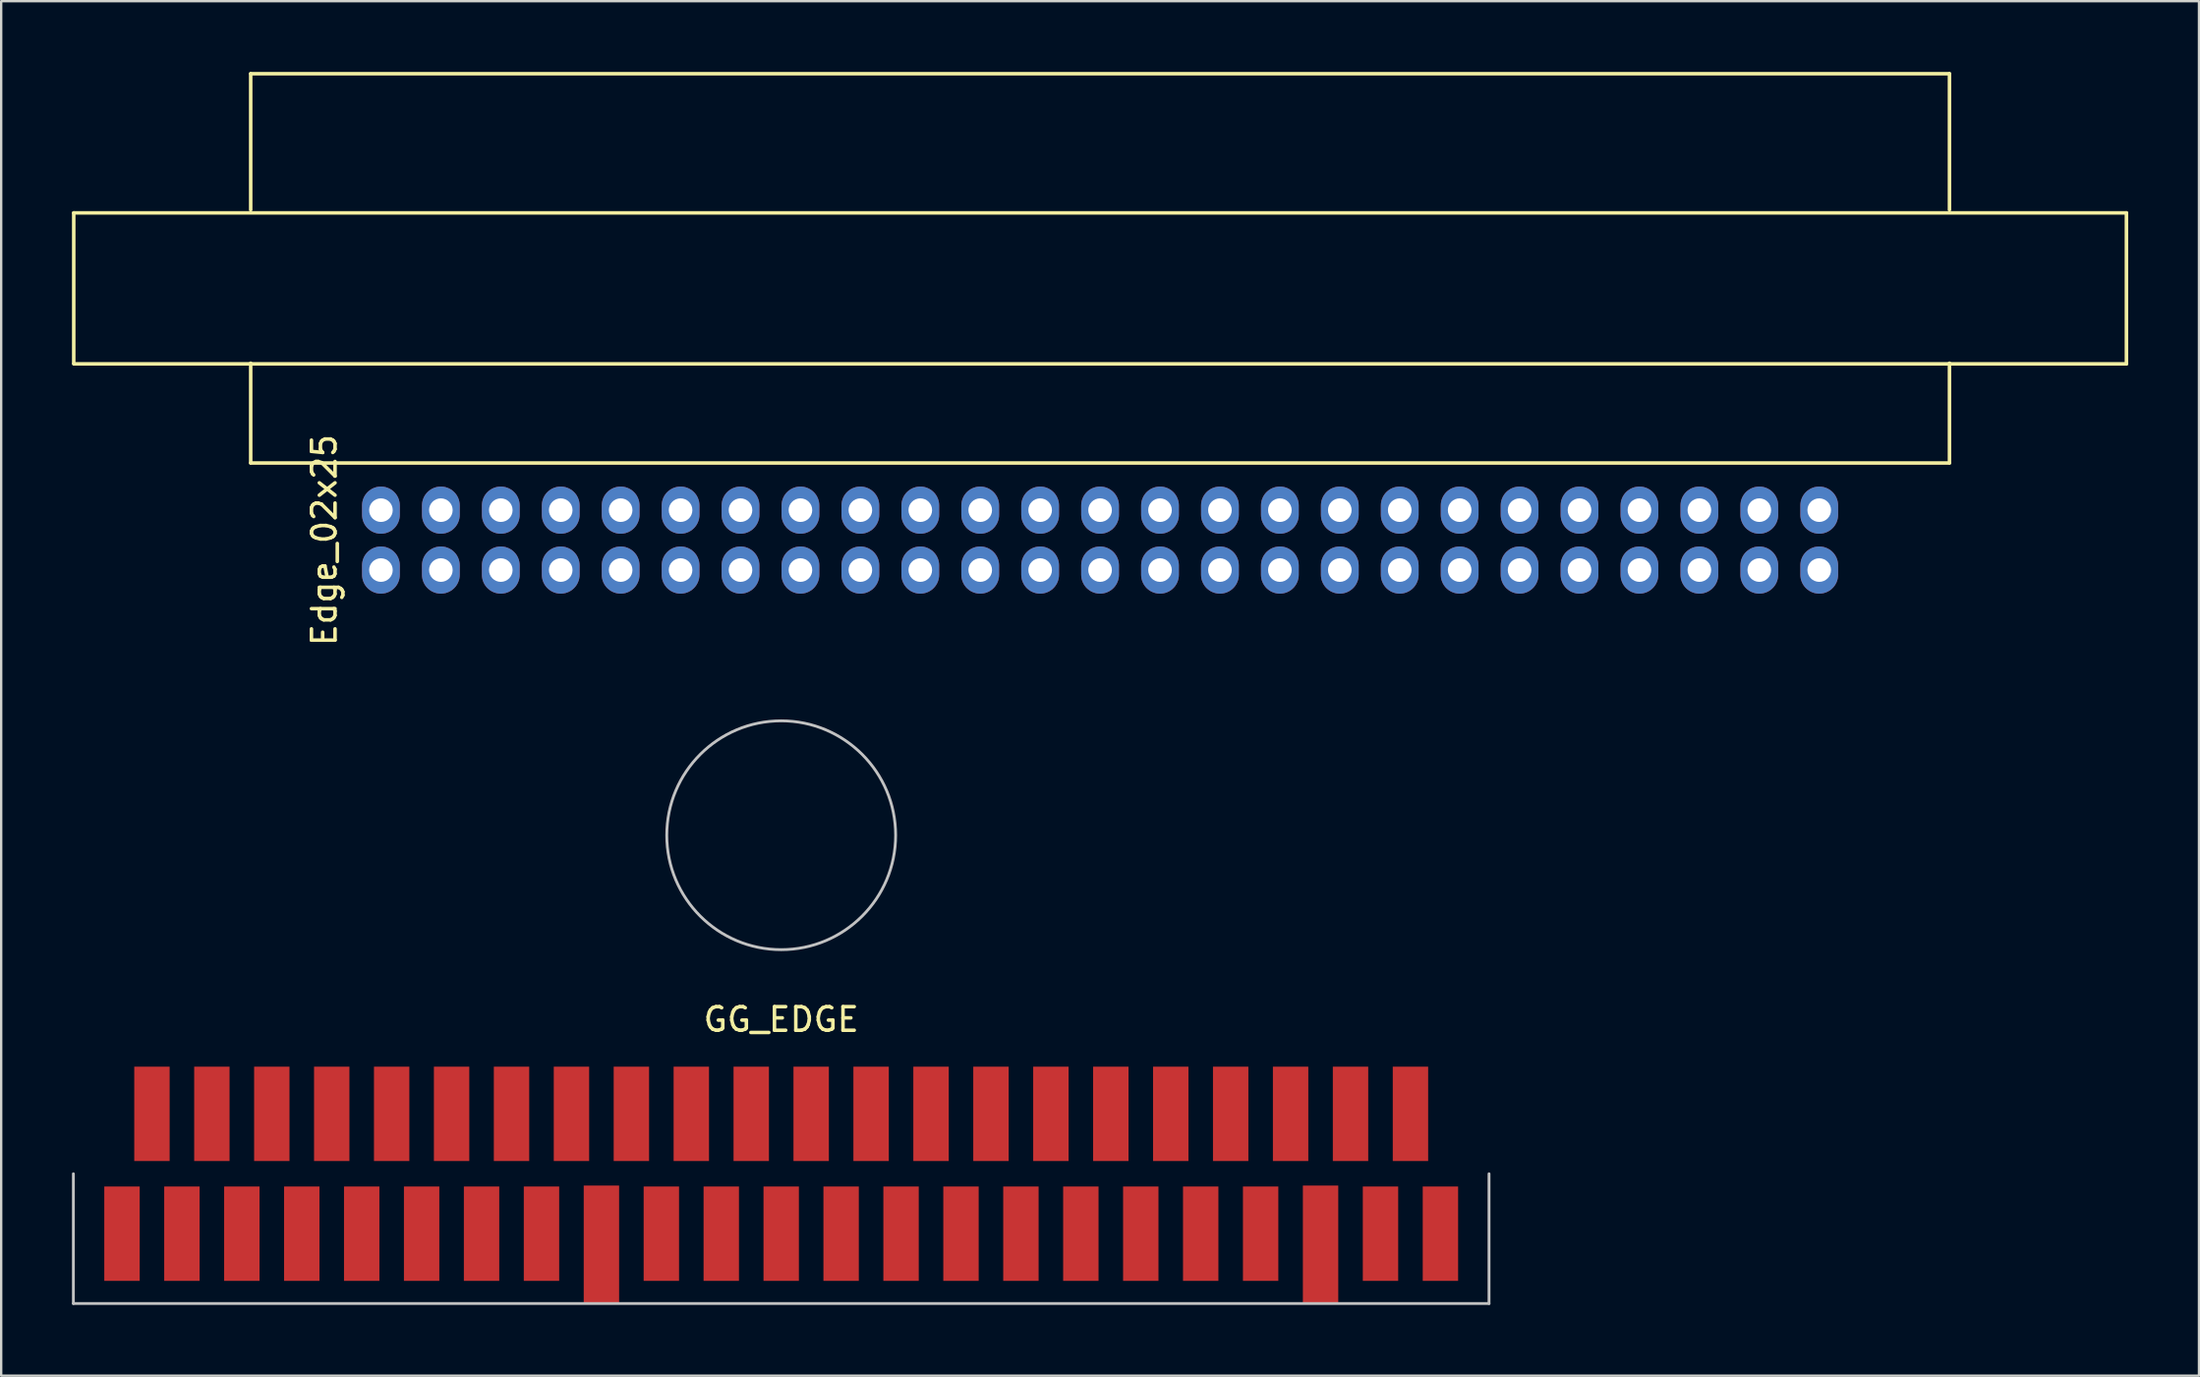
<source format=kicad_pcb>
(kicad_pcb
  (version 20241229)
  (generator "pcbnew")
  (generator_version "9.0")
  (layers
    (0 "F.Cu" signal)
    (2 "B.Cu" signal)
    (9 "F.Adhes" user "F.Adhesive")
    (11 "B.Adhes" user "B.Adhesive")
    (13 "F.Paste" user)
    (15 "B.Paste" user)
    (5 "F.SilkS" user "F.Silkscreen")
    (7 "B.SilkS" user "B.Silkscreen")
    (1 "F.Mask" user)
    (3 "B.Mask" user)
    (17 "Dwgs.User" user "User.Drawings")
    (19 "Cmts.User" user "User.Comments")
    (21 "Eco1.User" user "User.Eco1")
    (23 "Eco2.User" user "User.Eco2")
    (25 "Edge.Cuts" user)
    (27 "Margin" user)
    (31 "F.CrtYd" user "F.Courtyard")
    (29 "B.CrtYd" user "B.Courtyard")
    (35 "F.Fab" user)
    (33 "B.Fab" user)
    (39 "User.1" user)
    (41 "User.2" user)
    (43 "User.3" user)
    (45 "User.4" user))
  (footprint "GG_EDGE"
    (layer "F.Cu")
    (at 30.06 46.706)
    (property "Reference" "GG_EDGE" (at 0 -6.54 0) (layer "F.SilkS") (effects (font (size 1 1) (thickness 0.15))))
    (attr smd)
    (fp_line (start -30 5.5) (end -30 0) (stroke (width 0.12) (type solid)) (layer "Dwgs.User"))
    (fp_line (start -30 5.5) (end 30 5.5) (stroke (width 0.12) (type solid)) (layer "Dwgs.User"))
    (fp_line (start 30 5.5) (end 30 0) (stroke (width 0.12) (type solid)) (layer "Dwgs.User"))
    (fp_circle (center 0 -14.35) (end 0 -9.5) (stroke (width 0.12) (type solid)) (fill no) (layer "Dwgs.User"))
    (pad "1" smd rect (at -27.94 2.54) (size 1.5 4) (layers "F.Cu" "F.Mask" "F.Paste"))
    (pad "2" smd rect (at -26.67 -2.54) (size 1.5 4) (layers "F.Cu" "F.Mask" "F.Paste"))
    (pad "3" smd rect (at -25.4 2.54) (size 1.5 4) (layers "F.Cu" "F.Mask" "F.Paste"))
    (pad "4" smd rect (at -24.13 -2.54) (size 1.5 4) (layers "F.Cu" "F.Mask" "F.Paste"))
    (pad "5" smd rect (at -22.86 2.54) (size 1.5 4) (layers "F.Cu" "F.Mask" "F.Paste"))
    (pad "6" smd rect (at -21.59 -2.54) (size 1.5 4) (layers "F.Cu" "F.Mask" "F.Paste"))
    (pad "7" smd rect (at -20.32 2.54) (size 1.5 4) (layers "F.Cu" "F.Mask" "F.Paste"))
    (pad "8" smd rect (at -19.05 -2.54) (size 1.5 4) (layers "F.Cu" "F.Mask" "F.Paste"))
    (pad "9" smd rect (at -17.78 2.54) (size 1.5 4) (layers "F.Cu" "F.Mask" "F.Paste"))
    (pad "10" smd rect (at -16.51 -2.54) (size 1.5 4) (layers "F.Cu" "F.Mask" "F.Paste"))
    (pad "11" smd rect (at -15.24 2.54) (size 1.5 4) (layers "F.Cu" "F.Mask" "F.Paste"))
    (pad "12" smd rect (at -13.97 -2.54) (size 1.5 4) (layers "F.Cu" "F.Mask" "F.Paste"))
    (pad "13" smd rect (at -12.7 2.54) (size 1.5 4) (layers "F.Cu" "F.Mask" "F.Paste"))
    (pad "14" smd rect (at -11.43 -2.54) (size 1.5 4) (layers "F.Cu" "F.Mask" "F.Paste"))
    (pad "15" smd rect (at -10.16 2.54) (size 1.5 4) (layers "F.Cu" "F.Mask" "F.Paste"))
    (pad "16" smd rect (at -8.89 -2.54) (size 1.5 4) (layers "F.Cu" "F.Mask" "F.Paste"))
    (pad "17" smd rect (at -7.62 3) (size 1.5 5) (layers "F.Cu" "F.Mask" "F.Paste"))
    (pad "18" smd rect (at -6.35 -2.54) (size 1.5 4) (layers "F.Cu" "F.Mask" "F.Paste"))
    (pad "19" smd rect (at -5.08 2.54) (size 1.5 4) (layers "F.Cu" "F.Mask" "F.Paste"))
    (pad "20" smd rect (at -3.81 -2.54) (size 1.5 4) (layers "F.Cu" "F.Mask" "F.Paste"))
    (pad "21" smd rect (at -2.54 2.54) (size 1.5 4) (layers "F.Cu" "F.Mask" "F.Paste"))
    (pad "22" smd rect (at -1.27 -2.54) (size 1.5 4) (layers "F.Cu" "F.Mask" "F.Paste"))
    (pad "23" smd rect (at 0 2.54) (size 1.5 4) (layers "F.Cu" "F.Mask" "F.Paste"))
    (pad "24" smd rect (at 1.27 -2.54) (size 1.5 4) (layers "F.Cu" "F.Mask" "F.Paste"))
    (pad "25" smd rect (at 2.54 2.54) (size 1.5 4) (layers "F.Cu" "F.Mask" "F.Paste"))
    (pad "26" smd rect (at 3.81 -2.54) (size 1.5 4) (layers "F.Cu" "F.Mask" "F.Paste"))
    (pad "27" smd rect (at 5.08 2.54) (size 1.5 4) (layers "F.Cu" "F.Mask" "F.Paste"))
    (pad "28" smd rect (at 6.35 -2.54) (size 1.5 4) (layers "F.Cu" "F.Mask" "F.Paste"))
    (pad "29" smd rect (at 7.62 2.54) (size 1.5 4) (layers "F.Cu" "F.Mask" "F.Paste"))
    (pad "30" smd rect (at 8.89 -2.54) (size 1.5 4) (layers "F.Cu" "F.Mask" "F.Paste"))
    (pad "31" smd rect (at 10.16 2.54) (size 1.5 4) (layers "F.Cu" "F.Mask" "F.Paste"))
    (pad "32" smd rect (at 11.43 -2.54) (size 1.5 4) (layers "F.Cu" "F.Mask" "F.Paste"))
    (pad "33" smd rect (at 12.7 2.54) (size 1.5 4) (layers "F.Cu" "F.Mask" "F.Paste"))
    (pad "34" smd rect (at 13.97 -2.54) (size 1.5 4) (layers "F.Cu" "F.Mask" "F.Paste"))
    (pad "35" smd rect (at 15.24 2.54) (size 1.5 4) (layers "F.Cu" "F.Mask" "F.Paste"))
    (pad "36" smd rect (at 16.51 -2.54) (size 1.5 4) (layers "F.Cu" "F.Mask" "F.Paste"))
    (pad "37" smd rect (at 17.78 2.54) (size 1.5 4) (layers "F.Cu" "F.Mask" "F.Paste"))
    (pad "38" smd rect (at 19.05 -2.54) (size 1.5 4) (layers "F.Cu" "F.Mask" "F.Paste"))
    (pad "39" smd rect (at 20.32 2.54) (size 1.5 4) (layers "F.Cu" "F.Mask" "F.Paste"))
    (pad "40" smd rect (at 21.59 -2.54) (size 1.5 4) (layers "F.Cu" "F.Mask" "F.Paste"))
    (pad "41" smd rect (at 22.86 3) (size 1.5 5) (layers "F.Cu" "F.Mask" "F.Paste"))
    (pad "42" smd rect (at 24.13 -2.54) (size 1.5 4) (layers "F.Cu" "F.Mask" "F.Paste"))
    (pad "43" smd rect (at 25.4 2.54) (size 1.5 4) (layers "F.Cu" "F.Mask" "F.Paste"))
    (pad "44" smd rect (at 26.67 -2.54) (size 1.5 4) (layers "F.Cu" "F.Mask" "F.Paste"))
    (pad "45" smd rect (at 27.94 2.54) (size 1.5 4) (layers "F.Cu" "F.Mask" "F.Paste")))
  (footprint "Edge_02x25"
    (layer "F.Cu")
    (at 43.575 19.845)
    (property "Reference" "Edge_02x25" (at -32.88 0 90) (layer "F.SilkS") (effects (font (size 1 1) (thickness 0.15))))
    (attr through_hole)
    (fp_line (start -43.5 -13.87) (end -43.5 -7.5) (stroke (width 0.15) (type solid)) (layer "F.SilkS"))
    (fp_line (start -43.5 -13.87) (end 43.5 -13.87) (stroke (width 0.15) (type solid)) (layer "F.SilkS"))
    (fp_line (start -36 -19.77) (end -36 -14) (stroke (width 0.15) (type solid)) (layer "F.SilkS"))
    (fp_line (start -36 -19.77) (end 36 -19.77) (stroke (width 0.15) (type solid)) (layer "F.SilkS"))
    (fp_line (start -36 -3.27) (end -36 -7.5) (stroke (width 0.15) (type solid)) (layer "F.SilkS"))
    (fp_line (start -36 -3.27) (end 36 -3.27) (stroke (width 0.15) (type solid)) (layer "F.SilkS"))
    (fp_line (start 36 -19.77) (end 36 -14) (stroke (width 0.15) (type solid)) (layer "F.SilkS"))
    (fp_line (start 36 -3.27) (end 36 -7.5) (stroke (width 0.15) (type solid)) (layer "F.SilkS"))
    (fp_line (start 43.5 -7.47) (end -43.5 -7.47) (stroke (width 0.15) (type solid)) (layer "F.SilkS"))
    (fp_line (start 43.5 -7.47) (end 43.5 -13.87) (stroke (width 0.15) (type solid)) (layer "F.SilkS"))
    (pad "1" thru_hole oval (at -30.48 1.27) (size 1.6 2) (drill 1) (layers "*.Cu" "*.Mask"))
    (pad "2" thru_hole oval (at -30.48 -1.27) (size 1.6 2) (drill 1) (layers "*.Cu" "*.Mask"))
    (pad "3" thru_hole oval (at -27.94 1.27) (size 1.6 2) (drill 1) (layers "*.Cu" "*.Mask"))
    (pad "4" thru_hole oval (at -27.94 -1.27) (size 1.6 2) (drill 1) (layers "*.Cu" "*.Mask"))
    (pad "5" thru_hole oval (at -25.4 1.27) (size 1.6 2) (drill 1) (layers "*.Cu" "*.Mask"))
    (pad "6" thru_hole oval (at -25.4 -1.27) (size 1.6 2) (drill 1) (layers "*.Cu" "*.Mask"))
    (pad "7" thru_hole oval (at -22.86 1.27) (size 1.6 2) (drill 1) (layers "*.Cu" "*.Mask"))
    (pad "8" thru_hole oval (at -22.86 -1.27) (size 1.6 2) (drill 1) (layers "*.Cu" "*.Mask"))
    (pad "9" thru_hole oval (at -20.32 1.27) (size 1.6 2) (drill 1) (layers "*.Cu" "*.Mask"))
    (pad "10" thru_hole oval (at -20.32 -1.27) (size 1.6 2) (drill 1) (layers "*.Cu" "*.Mask"))
    (pad "11" thru_hole oval (at -17.78 1.27) (size 1.6 2) (drill 1) (layers "*.Cu" "*.Mask"))
    (pad "12" thru_hole oval (at -17.78 -1.27) (size 1.6 2) (drill 1) (layers "*.Cu" "*.Mask"))
    (pad "13" thru_hole oval (at -15.24 1.27) (size 1.6 2) (drill 1) (layers "*.Cu" "*.Mask"))
    (pad "14" thru_hole oval (at -15.24 -1.27) (size 1.6 2) (drill 1) (layers "*.Cu" "*.Mask"))
    (pad "15" thru_hole oval (at -12.7 1.27) (size 1.6 2) (drill 1) (layers "*.Cu" "*.Mask"))
    (pad "16" thru_hole oval (at -12.7 -1.27) (size 1.6 2) (drill 1) (layers "*.Cu" "*.Mask"))
    (pad "17" thru_hole oval (at -10.16 1.27) (size 1.6 2) (drill 1) (layers "*.Cu" "*.Mask"))
    (pad "18" thru_hole oval (at -10.16 -1.27) (size 1.6 2) (drill 1) (layers "*.Cu" "*.Mask"))
    (pad "19" thru_hole oval (at -7.62 1.27) (size 1.6 2) (drill 1) (layers "*.Cu" "*.Mask"))
    (pad "20" thru_hole oval (at -7.62 -1.27) (size 1.6 2) (drill 1) (layers "*.Cu" "*.Mask"))
    (pad "21" thru_hole oval (at -5.08 1.27) (size 1.6 2) (drill 1) (layers "*.Cu" "*.Mask"))
    (pad "22" thru_hole oval (at -5.08 -1.27) (size 1.6 2) (drill 1) (layers "*.Cu" "*.Mask"))
    (pad "23" thru_hole oval (at -2.54 1.27) (size 1.6 2) (drill 1) (layers "*.Cu" "*.Mask"))
    (pad "24" thru_hole oval (at -2.54 -1.27) (size 1.6 2) (drill 1) (layers "*.Cu" "*.Mask"))
    (pad "25" thru_hole oval (at 0 1.27) (size 1.6 2) (drill 1) (layers "*.Cu" "*.Mask"))
    (pad "26" thru_hole oval (at 0 -1.27) (size 1.6 2) (drill 1) (layers "*.Cu" "*.Mask"))
    (pad "27" thru_hole oval (at 2.54 1.27) (size 1.6 2) (drill 1) (layers "*.Cu" "*.Mask"))
    (pad "28" thru_hole oval (at 2.54 -1.27) (size 1.6 2) (drill 1) (layers "*.Cu" "*.Mask"))
    (pad "29" thru_hole oval (at 5.08 1.27) (size 1.6 2) (drill 1) (layers "*.Cu" "*.Mask"))
    (pad "30" thru_hole oval (at 5.08 -1.27) (size 1.6 2) (drill 1) (layers "*.Cu" "*.Mask"))
    (pad "31" thru_hole oval (at 7.62 1.27) (size 1.6 2) (drill 1) (layers "*.Cu" "*.Mask"))
    (pad "32" thru_hole oval (at 7.62 -1.27) (size 1.6 2) (drill 1) (layers "*.Cu" "*.Mask"))
    (pad "33" thru_hole oval (at 10.16 1.27) (size 1.6 2) (drill 1) (layers "*.Cu" "*.Mask"))
    (pad "34" thru_hole oval (at 10.16 -1.27) (size 1.6 2) (drill 1) (layers "*.Cu" "*.Mask"))
    (pad "35" thru_hole oval (at 12.7 1.27) (size 1.6 2) (drill 1) (layers "*.Cu" "*.Mask"))
    (pad "36" thru_hole oval (at 12.7 -1.27) (size 1.6 2) (drill 1) (layers "*.Cu" "*.Mask"))
    (pad "37" thru_hole oval (at 15.24 1.27) (size 1.6 2) (drill 1) (layers "*.Cu" "*.Mask"))
    (pad "38" thru_hole oval (at 15.24 -1.27) (size 1.6 2) (drill 1) (layers "*.Cu" "*.Mask"))
    (pad "39" thru_hole oval (at 17.78 1.27) (size 1.6 2) (drill 1) (layers "*.Cu" "*.Mask"))
    (pad "40" thru_hole oval (at 17.78 -1.27) (size 1.6 2) (drill 1) (layers "*.Cu" "*.Mask"))
    (pad "41" thru_hole oval (at 20.32 1.27) (size 1.6 2) (drill 1) (layers "*.Cu" "*.Mask"))
    (pad "42" thru_hole oval (at 20.32 -1.27) (size 1.6 2) (drill 1) (layers "*.Cu" "*.Mask"))
    (pad "43" thru_hole oval (at 22.86 1.27) (size 1.6 2) (drill 1) (layers "*.Cu" "*.Mask"))
    (pad "44" thru_hole oval (at 22.86 -1.27) (size 1.6 2) (drill 1) (layers "*.Cu" "*.Mask"))
    (pad "45" thru_hole oval (at 25.4 1.27) (size 1.6 2) (drill 1) (layers "*.Cu" "*.Mask"))
    (pad "46" thru_hole oval (at 25.4 -1.27) (size 1.6 2) (drill 1) (layers "*.Cu" "*.Mask"))
    (pad "47" thru_hole oval (at 27.94 1.27) (size 1.6 2) (drill 1) (layers "*.Cu" "*.Mask"))
    (pad "48" thru_hole oval (at 27.94 -1.27) (size 1.6 2) (drill 1) (layers "*.Cu" "*.Mask"))
    (pad "49" thru_hole oval (at 30.48 1.27) (size 1.6 2) (drill 1) (layers "*.Cu" "*.Mask"))
    (pad "50" thru_hole oval (at 30.48 -1.27) (size 1.6 2) (drill 1) (layers "*.Cu" "*.Mask")))
  (gr_rect
    (start -3 -3)
    (end 90.15 55.266)
    (stroke (width 0.1) (type default))
    (fill no)
    (layer "Edge.Cuts")))
</source>
